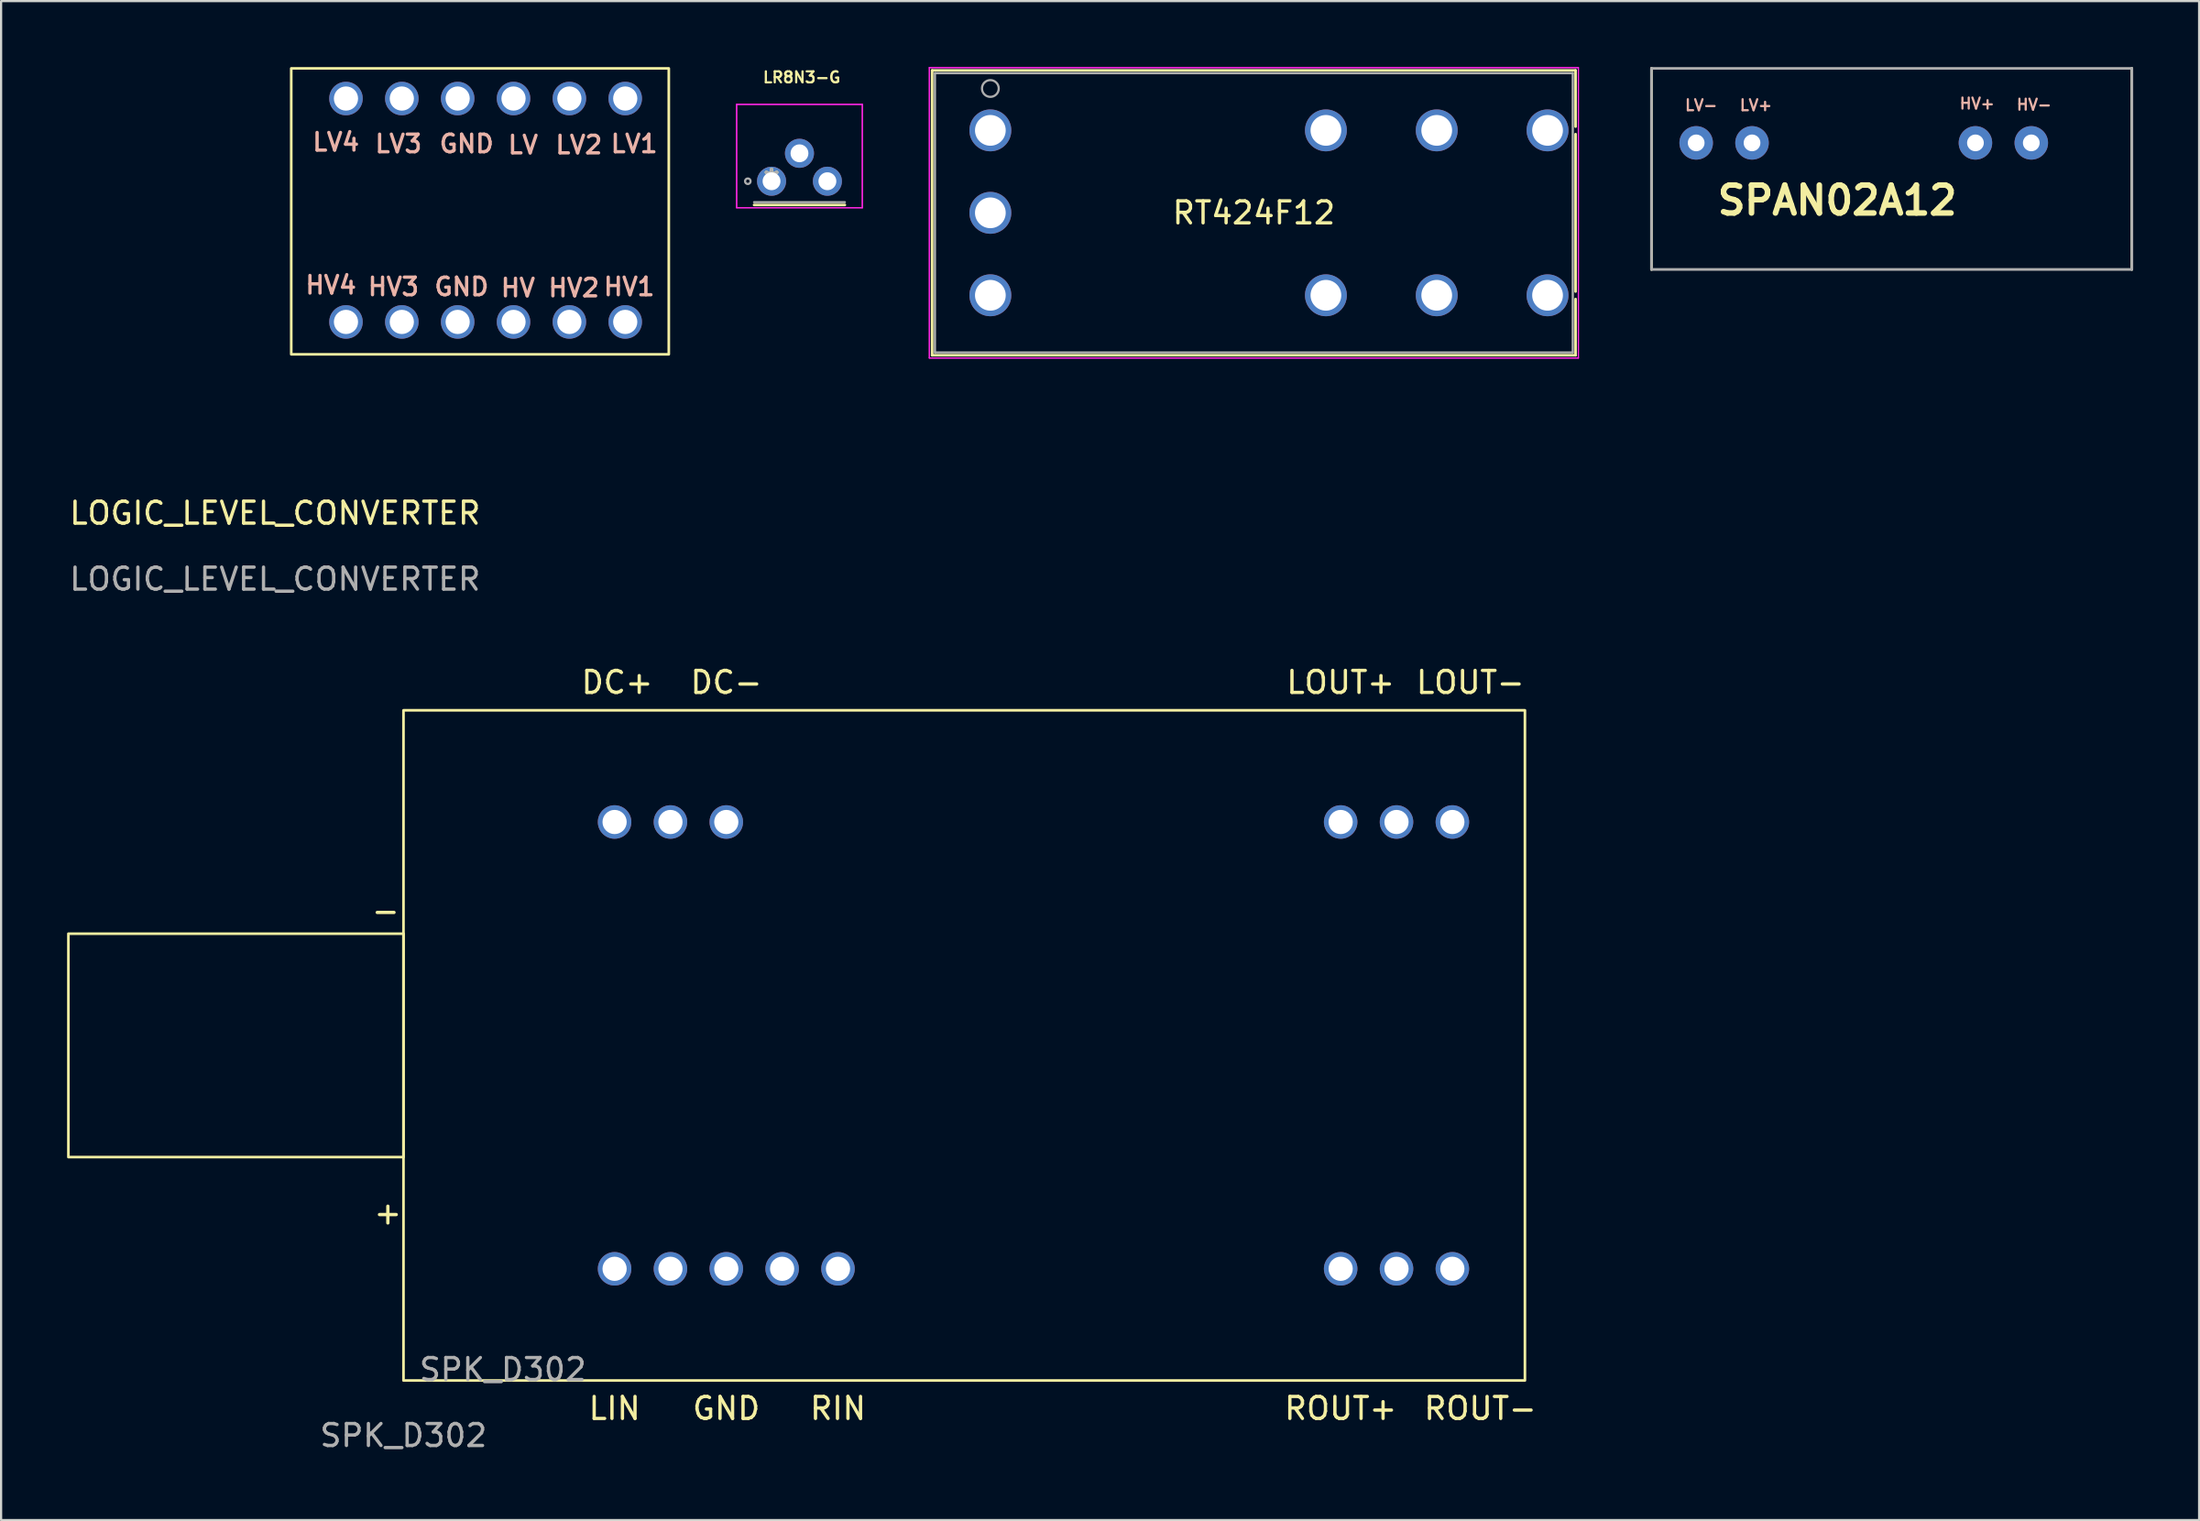
<source format=kicad_pcb>
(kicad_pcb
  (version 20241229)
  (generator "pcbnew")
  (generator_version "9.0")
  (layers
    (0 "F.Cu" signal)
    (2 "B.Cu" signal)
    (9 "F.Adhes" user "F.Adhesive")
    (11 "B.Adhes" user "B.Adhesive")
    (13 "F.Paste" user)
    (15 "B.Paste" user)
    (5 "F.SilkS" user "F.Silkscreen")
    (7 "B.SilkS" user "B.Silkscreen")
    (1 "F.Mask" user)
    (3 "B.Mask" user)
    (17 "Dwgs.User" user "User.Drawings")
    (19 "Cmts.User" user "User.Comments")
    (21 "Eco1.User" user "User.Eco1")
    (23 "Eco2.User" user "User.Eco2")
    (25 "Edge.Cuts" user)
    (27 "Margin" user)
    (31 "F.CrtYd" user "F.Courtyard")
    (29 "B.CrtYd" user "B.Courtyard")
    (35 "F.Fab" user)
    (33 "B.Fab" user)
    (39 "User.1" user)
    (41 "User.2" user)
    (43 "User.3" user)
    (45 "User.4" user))
  (footprint "SPAN02A12"
    (layer "F.Cu")
    (at 72.005 4.962)
    (property "Reference" "SPAN02A12" (at 8.5 1.1 0) (layer "F.SilkS") (effects (font (size 1.27 1.27) (thickness 0.254))))
    (attr through_hole)
    (fp_line (start 0.051 4.242) (end 0.051 -4.902) (stroke (width 0.12) (type solid)) (layer "F.SilkS"))
    (fp_line (start 21.895 -4.902) (end 21.895 4.242) (stroke (width 0.12) (type solid)) (layer "F.SilkS"))
    (fp_line (start 0.051 4.242) (end 0.051 -4.902) (stroke (width 0.12) (type solid)) (layer "F.Fab"))
    (fp_line (start 0.051 4.242) (end 21.895 4.242) (stroke (width 0.12) (type solid)) (layer "F.Fab"))
    (fp_line (start 21.895 -4.902) (end 0.051 -4.902) (stroke (width 0.12) (type solid)) (layer "F.Fab"))
    (fp_line (start 21.895 -4.902) (end 21.895 4.242) (stroke (width 0.12) (type solid)) (layer "F.Fab"))
    (fp_text user "LV+" (at 4.801 -3.226 0) (unlocked yes) (layer "B.SilkS") (effects (font (size 0.5 0.5) (thickness 0.1))))
    (fp_text user "LV-" (at 2.311 -3.226 0) (unlocked yes) (layer "B.SilkS") (effects (font (size 0.5 0.5) (thickness 0.1))))
    (fp_text user "HV+" (at 14.859 -3.302 0) (unlocked yes) (layer "B.SilkS") (effects (font (size 0.5 0.5) (thickness 0.1))))
    (fp_text user "HV-" (at 17.45 -3.251 0) (unlocked yes) (layer "B.SilkS") (effects (font (size 0.5 0.5) (thickness 0.1))))
    (pad "1" thru_hole circle (at 2.083 -1.514) (size 1.524 1.524) (drill 0.762) (layers "*.Cu" "*.Mask"))
    (pad "2" thru_hole circle (at 4.623 -1.514) (size 1.524 1.524) (drill 0.762) (layers "*.Cu" "*.Mask"))
    (pad "6" thru_hole circle (at 14.783 -1.514) (size 1.524 1.524) (drill 0.762) (layers "*.Cu" "*.Mask"))
    (pad "7" thru_hole circle (at 17.323 -1.514) (size 1.524 1.524) (drill 0.762) (layers "*.Cu" "*.Mask")))
  (footprint "LOGIC_LEVEL_CONVERTER"
    (layer "F.Cu")
    (at 9.458 20.786)
    (property "Reference" "LOGIC_LEVEL_CONVERTER" (at 0 -0.5 0) (unlocked yes) (layer "F.SilkS") (effects (font (size 1 1) (thickness 0.15))))
    (attr through_hole)
    (fp_rect (start 0.737 -7.722) (end 17.907 -20.726) (stroke (width 0.12) (type solid)) (fill no) (layer "F.SilkS"))
    (fp_text user "LV4" (at 2.769 -17.374 0) (unlocked yes) (layer "B.SilkS") (effects (font (size 0.8 0.8) (thickness 0.15))))
    (fp_text user "LV" (at 11.278 -17.247 0) (unlocked yes) (layer "B.SilkS") (effects (font (size 0.8 0.8) (thickness 0.15))))
    (fp_text user "HV2" (at 13.589 -10.744 0) (unlocked yes) (layer "B.SilkS") (effects (font (size 0.8 0.8) (thickness 0.15))))
    (fp_text user "GND" (at 8.484 -10.795 0) (unlocked yes) (layer "B.SilkS") (effects (font (size 0.8 0.8) (thickness 0.15))))
    (fp_text user "LV3" (at 5.613 -17.297 0) (unlocked yes) (layer "B.SilkS") (effects (font (size 0.8 0.8) (thickness 0.15))))
    (fp_text user "GND" (at 8.712 -17.297 0) (unlocked yes) (layer "B.SilkS") (effects (font (size 0.8 0.8) (thickness 0.15))))
    (fp_text user "HV" (at 11.049 -10.744 0) (unlocked yes) (layer "B.SilkS") (effects (font (size 0.8 0.8) (thickness 0.15))))
    (fp_text user "LV1" (at 16.332 -17.297 0) (unlocked yes) (layer "B.SilkS") (effects (font (size 0.8 0.8) (thickness 0.15))))
    (fp_text user "HV3" (at 5.385 -10.795 0) (unlocked yes) (layer "B.SilkS") (effects (font (size 0.8 0.8) (thickness 0.15))))
    (fp_text user "HV1" (at 16.104 -10.795 0) (unlocked yes) (layer "B.SilkS") (effects (font (size 0.8 0.8) (thickness 0.15))))
    (fp_text user "LV2" (at 13.818 -17.247 0) (unlocked yes) (layer "B.SilkS") (effects (font (size 0.8 0.8) (thickness 0.15))))
    (fp_text user "HV4" (at 2.54 -10.871 0) (unlocked yes) (layer "B.SilkS") (effects (font (size 0.8 0.8) (thickness 0.15))))
    (fp_text user "${REFERENCE}" (at 0 2.5 0) (unlocked yes) (layer "F.Fab") (effects (font (size 1 1) (thickness 0.15))))
    (pad "1" thru_hole circle (at 15.926 -9.195 90) (size 1.524 1.524) (drill 1.1) (layers "*.Cu" "*.Mask"))
    (pad "2" thru_hole circle (at 13.386 -9.195 90) (size 1.524 1.524) (drill 1.1) (layers "*.Cu" "*.Mask"))
    (pad "3" thru_hole circle (at 10.846 -9.195 90) (size 1.524 1.524) (drill 1.1) (layers "*.Cu" "*.Mask"))
    (pad "4" thru_hole circle (at 8.306 -9.195 90) (size 1.524 1.524) (drill 1.1) (layers "*.Cu" "*.Mask"))
    (pad "5" thru_hole circle (at 5.766 -9.195 90) (size 1.524 1.524) (drill 1.1) (layers "*.Cu" "*.Mask"))
    (pad "6" thru_hole circle (at 3.226 -9.195 90) (size 1.524 1.524) (drill 1.1) (layers "*.Cu" "*.Mask"))
    (pad "7" thru_hole circle (at 15.926 -19.355 90) (size 1.524 1.524) (drill 1.1) (layers "*.Cu" "*.Mask"))
    (pad "8" thru_hole circle (at 13.386 -19.355 90) (size 1.524 1.524) (drill 1.1) (layers "*.Cu" "*.Mask"))
    (pad "9" thru_hole circle (at 10.846 -19.355 90) (size 1.524 1.524) (drill 1.1) (layers "*.Cu" "*.Mask"))
    (pad "10" thru_hole circle (at 8.306 -19.355 90) (size 1.524 1.524) (drill 1.1) (layers "*.Cu" "*.Mask"))
    (pad "11" thru_hole circle (at 5.766 -19.355 90) (size 1.524 1.524) (drill 1.1) (layers "*.Cu" "*.Mask"))
    (pad "12" thru_hole circle (at 3.226 -19.355 90) (size 1.524 1.524) (drill 1.1) (layers "*.Cu" "*.Mask")))
  (footprint "LR8N3-G"
    (layer "F.Cu")
    (at 32.038 5.192)
    (property "Reference" "LR8N3-G" (at 1.372 -4.724 0) (layer "F.SilkS") (effects (font (size 0.5 0.5) (thickness 0.1))))
    (attr through_hole)
    (fp_line (start -0.794 1.079) (end 3.334 1.079) (stroke (width 0.12) (type solid)) (layer "F.SilkS"))
    (fp_line (start -1.587 -3.493) (end 4.128 -3.493) (stroke (width 0.05) (type solid)) (layer "F.CrtYd"))
    (fp_line (start -1.587 -3.493) (end 4.128 -3.493) (stroke (width 0.05) (type solid)) (layer "F.CrtYd"))
    (fp_line (start -1.587 1.206) (end -1.587 -3.493) (stroke (width 0.05) (type solid)) (layer "F.CrtYd"))
    (fp_line (start -1.587 1.206) (end -1.587 -3.493) (stroke (width 0.05) (type solid)) (layer "F.CrtYd"))
    (fp_line (start 4.128 -3.493) (end 4.128 1.206) (stroke (width 0.05) (type solid)) (layer "F.CrtYd"))
    (fp_line (start 4.128 -3.493) (end 4.128 1.206) (stroke (width 0.05) (type solid)) (layer "F.CrtYd"))
    (fp_line (start 4.128 1.206) (end -1.587 1.206) (stroke (width 0.05) (type solid)) (layer "F.CrtYd"))
    (fp_line (start 4.128 1.206) (end -1.587 1.206) (stroke (width 0.05) (type solid)) (layer "F.CrtYd"))
    (fp_line (start -0.794 0.953) (end 3.334 0.953) (stroke (width 0.1) (type solid)) (layer "F.Fab"))
    (fp_line (start -0.254 0) (end 0.254 0) (stroke (width 0.1) (type solid)) (layer "F.Fab"))
    (fp_line (start 0 0.254) (end 0 -0.254) (stroke (width 0.1) (type solid)) (layer "F.Fab"))
    (fp_circle (center -1.079 0) (end -0.953 0) (stroke (width 0.1) (type solid)) (fill no) (layer "F.Fab"))
    (fp_text user "*" (at 0 0 0) (layer "F.SilkS") (effects (font (size 1 1) (thickness 0.15))))
    (fp_text user "*" (at 0 0 0) (layer "F.Fab") (effects (font (size 1 1) (thickness 0.15))))
    (pad "1" thru_hole circle (at 0 0) (size 1.321 1.321) (drill 0.813) (layers "*.Cu" "*.Mask"))
    (pad "2" thru_hole circle (at 1.27 -1.27) (size 1.321 1.321) (drill 0.813) (layers "*.Cu" "*.Mask"))
    (pad "3" thru_hole circle (at 2.54 0) (size 1.321 1.321) (drill 0.813) (layers "*.Cu" "*.Mask")))
  (footprint "RT424F12"
    (layer "F.Cu")
    (at 41.989 2.879)
    (property "Reference" "RT424F12" (at 11.983 3.75 0) (layer "F.SilkS") (effects (font (size 1 1) (thickness 0.15))))
    (attr through_hole)
    (fp_line (start -2.647 -2.727) (end -2.647 10.227) (stroke (width 0.12) (type solid)) (layer "F.SilkS"))
    (fp_line (start -2.647 10.227) (end 26.614 10.227) (stroke (width 0.12) (type solid)) (layer "F.SilkS"))
    (fp_line (start 26.614 -2.727) (end -2.647 -2.727) (stroke (width 0.12) (type solid)) (layer "F.SilkS"))
    (fp_line (start 26.614 -0.171) (end 26.614 -2.727) (stroke (width 0.12) (type solid)) (layer "F.SilkS"))
    (fp_line (start 26.614 7.329) (end 26.614 0.171) (stroke (width 0.12) (type solid)) (layer "F.SilkS"))
    (fp_line (start 26.614 10.227) (end 26.614 7.671) (stroke (width 0.12) (type solid)) (layer "F.SilkS"))
    (fp_line (start -2.774 -2.854) (end -2.774 10.354) (stroke (width 0.05) (type solid)) (layer "F.CrtYd"))
    (fp_line (start -2.774 -2.854) (end -2.774 10.354) (stroke (width 0.05) (type solid)) (layer "F.CrtYd"))
    (fp_line (start -2.774 10.354) (end 26.741 10.354) (stroke (width 0.05) (type solid)) (layer "F.CrtYd"))
    (fp_line (start -2.774 10.354) (end 26.741 10.354) (stroke (width 0.05) (type solid)) (layer "F.CrtYd"))
    (fp_line (start 26.741 -2.854) (end -2.774 -2.854) (stroke (width 0.05) (type solid)) (layer "F.CrtYd"))
    (fp_line (start 26.741 -2.854) (end -2.774 -2.854) (stroke (width 0.05) (type solid)) (layer "F.CrtYd"))
    (fp_line (start 26.741 10.354) (end 26.741 -2.854) (stroke (width 0.05) (type solid)) (layer "F.CrtYd"))
    (fp_line (start 26.741 10.354) (end 26.741 -2.854) (stroke (width 0.05) (type solid)) (layer "F.CrtYd"))
    (fp_line (start -2.52 -2.6) (end -2.52 10.1) (stroke (width 0.1) (type solid)) (layer "F.Fab"))
    (fp_line (start -2.52 10.1) (end 26.487 10.1) (stroke (width 0.1) (type solid)) (layer "F.Fab"))
    (fp_line (start 26.487 -2.6) (end -2.52 -2.6) (stroke (width 0.1) (type solid)) (layer "F.Fab"))
    (fp_line (start 26.487 10.1) (end 26.487 -2.6) (stroke (width 0.1) (type solid)) (layer "F.Fab"))
    (fp_circle (center 0 -1.905) (end 0.381 -1.905) (stroke (width 0.1) (type solid)) (fill no) (layer "F.Fab"))
    (fp_text user "*" (at 0 0 0) (layer "F.Fab") (effects (font (size 1 1) (thickness 0.15))))
    (pad "1" thru_hole circle (at 0 7.5) (size 1.905 1.905) (drill 1.397) (layers "*.Cu" "*.Mask"))
    (pad "2" thru_hole circle (at 0 0) (size 1.905 1.905) (drill 1.397) (layers "*.Cu" "*.Mask"))
    (pad "3" thru_hole circle (at -0.000003 3.75) (size 1.905 1.905) (drill 1.397) (layers "*.Cu" "*.Mask"))
    (pad "4" thru_hole circle (at 20.3 0) (size 1.905 1.905) (drill 1.397) (layers "*.Cu" "*.Mask"))
    (pad "5" thru_hole circle (at 15.26 0) (size 1.905 1.905) (drill 1.397) (layers "*.Cu" "*.Mask"))
    (pad "6" thru_hole circle (at 25.34 0) (size 1.905 1.905) (drill 1.397) (layers "*.Cu" "*.Mask"))
    (pad "7" thru_hole circle (at 20.3 7.5) (size 1.905 1.905) (drill 1.397) (layers "*.Cu" "*.Mask"))
    (pad "8" thru_hole circle (at 15.26 7.5) (size 1.905 1.905) (drill 1.397) (layers "*.Cu" "*.Mask"))
    (pad "9" thru_hole circle (at 25.34 7.5) (size 1.905 1.905) (drill 1.397) (layers "*.Cu" "*.Mask")))
  (footprint "SPK_D302"
    (layer "F.Cu")
    (at 15.3 59.733)
    (property "Reference" "SPK_D302" (at 4.52 -0.5 0) (unlocked yes) (layer "F.Fab") (effects (font (size 1 1) (thickness 0.15))))
    (attr through_hole)
    (fp_rect (start 0 -30.48) (end 51 0) (stroke (width 0.12) (type solid)) (fill no) (layer "F.SilkS"))
    (fp_rect (start 0 -20.32) (end -15.24 -10.16) (stroke (width 0.12) (type solid)) (fill no) (layer "F.SilkS"))
    (fp_text user "-" (at -0.813 -21.361 0) (unlocked yes) (layer "F.SilkS") (effects (font (size 1 1) (thickness 0.15))))
    (fp_text user "LOUT+" (at 42.62 -31.75 0) (unlocked yes) (layer "F.SilkS") (effects (font (size 1 1) (thickness 0.15))))
    (fp_text user "ROUT+" (at 42.62 1.27 0) (unlocked yes) (layer "F.SilkS") (effects (font (size 1 1) (thickness 0.15))))
    (fp_text user "LIN" (at 9.6 1.27 0) (unlocked yes) (layer "F.SilkS") (effects (font (size 1 1) (thickness 0.15))))
    (fp_text user "+" (at -0.711 -7.62 0) (unlocked yes) (layer "F.SilkS") (effects (font (size 1 1) (thickness 0.15))))
    (fp_text user "DC+" (at 9.72 -31.75 0) (unlocked yes) (layer "F.SilkS") (effects (font (size 1 1) (thickness 0.15))))
    (fp_text user "GND" (at 14.68 1.27 0) (unlocked yes) (layer "F.SilkS") (effects (font (size 1 1) (thickness 0.15))))
    (fp_text user "LOUT-" (at 48.52 -31.75 0) (unlocked yes) (layer "F.SilkS") (effects (font (size 1 1) (thickness 0.15))))
    (fp_text user "ROUT-" (at 48.97 1.27 0) (unlocked yes) (layer "F.SilkS") (effects (font (size 1 1) (thickness 0.15))))
    (fp_text user "DC-" (at 14.68 -31.75 0) (unlocked yes) (layer "F.SilkS") (effects (font (size 1 1) (thickness 0.15))))
    (fp_text user "RIN" (at 19.76 1.27 0) (unlocked yes) (layer "F.SilkS") (effects (font (size 1 1) (thickness 0.15))))
    (fp_text user "${REFERENCE}" (at 0 2.5 0) (unlocked yes) (layer "F.Fab") (effects (font (size 1 1) (thickness 0.15))))
    (pad "1" thru_hole circle (at 9.6 -25.4) (size 1.524 1.524) (drill 1.1) (layers "*.Cu" "*.Mask"))
    (pad "2" thru_hole circle (at 14.68 -25.4) (size 1.524 1.524) (drill 1.1) (layers "*.Cu" "*.Mask"))
    (pad "3" thru_hole circle (at 42.62 -25.4) (size 1.524 1.524) (drill 1.1) (layers "*.Cu" "*.Mask"))
    (pad "4" thru_hole circle (at 47.7 -25.4) (size 1.524 1.524) (drill 1.1) (layers "*.Cu" "*.Mask"))
    (pad "5" thru_hole circle (at 47.7 -5.08) (size 1.524 1.524) (drill 1.1) (layers "*.Cu" "*.Mask"))
    (pad "6" thru_hole circle (at 42.62 -5.08) (size 1.524 1.524) (drill 1.1) (layers "*.Cu" "*.Mask"))
    (pad "7" thru_hole circle (at 19.76 -5.08) (size 1.524 1.524) (drill 1.1) (layers "*.Cu" "*.Mask"))
    (pad "8" thru_hole circle (at 14.68 -5.08) (size 1.524 1.524) (drill 1.1) (layers "*.Cu" "*.Mask"))
    (pad "9" thru_hole circle (at 9.6 -5.08) (size 1.524 1.524) (drill 1.1) (layers "*.Cu" "*.Mask"))
    (pad "x" thru_hole circle (at 12.14 -25.4) (size 1.524 1.524) (drill 1.1) (layers "*.Cu" "*.Mask"))
    (pad "x" thru_hole circle (at 12.14 -5.08) (size 1.524 1.524) (drill 1.1) (layers "*.Cu" "*.Mask"))
    (pad "x" thru_hole circle (at 17.22 -5.08) (size 1.524 1.524) (drill 1.1) (layers "*.Cu" "*.Mask"))
    (pad "x" thru_hole circle (at 45.16 -25.4) (size 1.524 1.524) (drill 1.1) (layers "*.Cu" "*.Mask"))
    (pad "x" thru_hole circle (at 45.16 -5.08) (size 1.524 1.524) (drill 1.1) (layers "*.Cu" "*.Mask")))
  (gr_rect
    (start -3 -3)
    (end 96.96 66.081)
    (stroke (width 0.1) (type default))
    (fill no)
    (layer "Edge.Cuts")))
</source>
